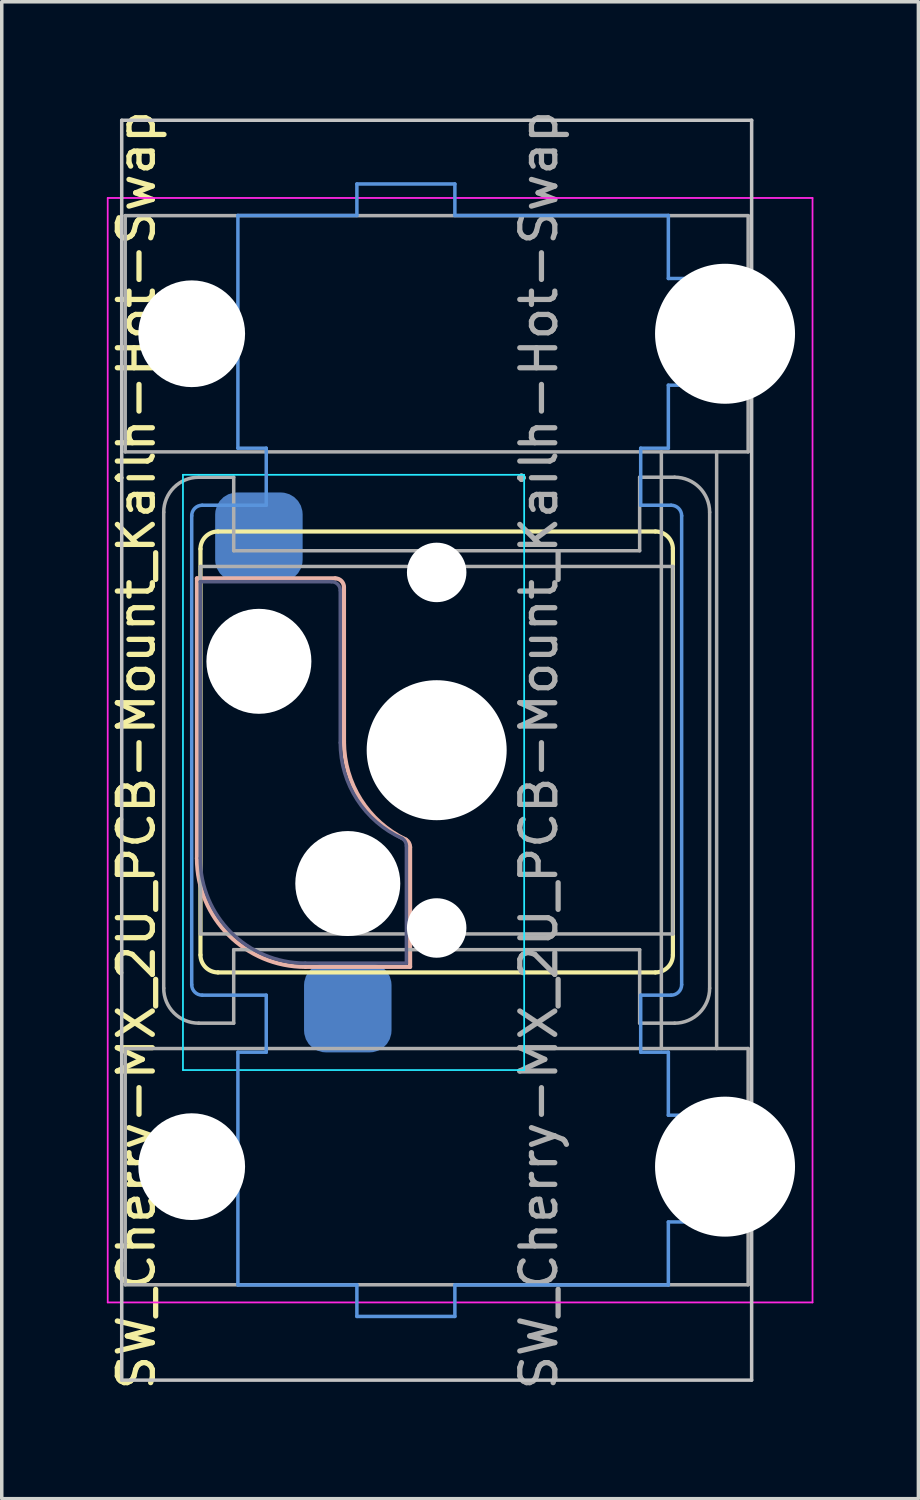
<source format=kicad_pcb>
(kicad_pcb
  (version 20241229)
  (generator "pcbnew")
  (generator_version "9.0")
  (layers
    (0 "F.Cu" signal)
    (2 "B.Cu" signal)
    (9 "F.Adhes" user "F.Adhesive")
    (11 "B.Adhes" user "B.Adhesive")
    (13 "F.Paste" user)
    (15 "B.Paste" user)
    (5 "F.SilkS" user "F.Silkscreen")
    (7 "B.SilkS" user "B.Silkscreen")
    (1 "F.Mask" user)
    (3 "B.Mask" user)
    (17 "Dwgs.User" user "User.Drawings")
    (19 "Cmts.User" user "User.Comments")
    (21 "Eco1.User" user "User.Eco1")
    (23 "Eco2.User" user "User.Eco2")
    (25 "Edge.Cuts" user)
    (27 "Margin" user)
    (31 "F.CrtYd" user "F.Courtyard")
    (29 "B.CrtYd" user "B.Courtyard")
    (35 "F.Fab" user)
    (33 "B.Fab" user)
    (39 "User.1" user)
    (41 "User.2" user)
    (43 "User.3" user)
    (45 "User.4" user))
  (footprint "SW_Cherry-MX_2U_PCB-Mount_Kailh-Hot-Swap"
    (layer "F.Cu")
    (at 4.348 15.847)
    (property "Reference" "SW_Cherry-MX_2U_PCB-Mount_Kailh-Hot-Swap" (at -3.5 2.54 90) (layer "F.SilkS") (effects (font (size 1 1) (thickness 0.15))))
    (attr smd)
    (fp_line (start -1.67 -3.21) (end -1.67 8.39) (stroke (width 0.12) (type solid)) (layer "F.SilkS"))
    (fp_line (start -1.17 -3.71) (end 11.33 -3.71) (stroke (width 0.12) (type solid)) (layer "F.SilkS"))
    (fp_line (start -1.17 8.89) (end 11.33 8.89) (stroke (width 0.12) (type solid)) (layer "F.SilkS"))
    (fp_line (start 11.83 -3.21) (end 11.83 8.39) (stroke (width 0.12) (type solid)) (layer "F.SilkS"))
    (fp_arc (start -1.67 -3.21) (mid -1.523553 -3.563553) (end -1.17 -3.71) (stroke (width 0.12) (type solid)) (layer "F.SilkS"))
    (fp_arc (start -1.17 8.89) (mid -1.523553 8.743553) (end -1.67 8.39) (stroke (width 0.12) (type solid)) (layer "F.SilkS"))
    (fp_arc (start 11.33 -3.71) (mid 11.683553 -3.563553) (end 11.83 -3.21) (stroke (width 0.12) (type solid)) (layer "F.SilkS"))
    (fp_arc (start 11.83 8.39) (mid 11.683553 8.743553) (end 11.33 8.89) (stroke (width 0.12) (type solid)) (layer "F.SilkS"))
    (fp_line (start -1.77 -2.37) (end 2.18 -2.37) (stroke (width 0.12) (type solid)) (layer "B.SilkS"))
    (fp_line (start -1.77 5.63) (end -1.77 -2.37) (stroke (width 0.12) (type solid)) (layer "B.SilkS"))
    (fp_line (start 1.33 8.73) (end 4.32 8.73) (stroke (width 0.12) (type solid)) (layer "B.SilkS"))
    (fp_line (start 2.43 -2.12) (end 2.431 2.297) (stroke (width 0.12) (type solid)) (layer "B.SilkS"))
    (fp_line (start 4.32 8.73) (end 4.32 5.31) (stroke (width 0.12) (type solid)) (layer "B.SilkS"))
    (fp_arc (start 1.33 8.73) (mid -0.862031 7.822031) (end -1.77 5.63) (stroke (width 0.12) (type solid)) (layer "B.SilkS"))
    (fp_arc (start 2.18 -2.37) (mid 2.356777 -2.296777) (end 2.43 -2.12) (stroke (width 0.12) (type solid)) (layer "B.SilkS"))
    (fp_arc (start 4.200434 5.096724) (mid 2.910087 3.95288) (end 2.43051 2.296564) (stroke (width 0.12) (type solid)) (layer "B.SilkS"))
    (fp_arc (start 4.200434 5.096724) (mid 4.288069 5.187748) (end 4.32 5.31) (stroke (width 0.12) (type solid)) (layer "B.SilkS"))
    (fp_line (start -3.92 -15.46) (end -3.92 20.54) (stroke (width 0.1) (type solid)) (layer "Dwgs.User"))
    (fp_line (start -3.92 -15.46) (end 14.08 -15.46) (stroke (width 0.1) (type solid)) (layer "Dwgs.User"))
    (fp_line (start -3.92 20.54) (end 14.08 20.54) (stroke (width 0.1) (type solid)) (layer "Dwgs.User"))
    (fp_line (start 14.08 -15.46) (end 14.08 20.54) (stroke (width 0.1) (type solid)) (layer "Dwgs.User"))
    (fp_line (start -1.92 9.24) (end -1.92 -4.16) (stroke (width 0.1) (type solid)) (layer "Cmts.User"))
    (fp_line (start -1.62 -4.46) (end 0.21 -4.46) (stroke (width 0.1) (type solid)) (layer "Cmts.User"))
    (fp_line (start -1.62 9.54) (end 0.21 9.54) (stroke (width 0.1) (type solid)) (layer "Cmts.User"))
    (fp_line (start -0.6 -12.74) (end -0.6 -6.09) (stroke (width 0.1) (type solid)) (layer "Cmts.User"))
    (fp_line (start -0.6 -12.74) (end 2.8 -12.74) (stroke (width 0.1) (type solid)) (layer "Cmts.User"))
    (fp_line (start -0.6 -6.09) (end 0.21 -6.09) (stroke (width 0.1) (type solid)) (layer "Cmts.User"))
    (fp_line (start -0.6 11.17) (end 0.21 11.17) (stroke (width 0.1) (type solid)) (layer "Cmts.User"))
    (fp_line (start -0.6 17.82) (end -0.6 11.17) (stroke (width 0.1) (type solid)) (layer "Cmts.User"))
    (fp_line (start -0.6 17.82) (end 2.8 17.82) (stroke (width 0.1) (type solid)) (layer "Cmts.User"))
    (fp_line (start 0.21 -6.09) (end 0.21 -4.46) (stroke (width 0.1) (type solid)) (layer "Cmts.User"))
    (fp_line (start 0.21 11.17) (end 0.21 9.54) (stroke (width 0.1) (type solid)) (layer "Cmts.User"))
    (fp_line (start 2.8 -13.64) (end 5.6 -13.64) (stroke (width 0.1) (type solid)) (layer "Cmts.User"))
    (fp_line (start 2.8 -12.74) (end 2.8 -13.64) (stroke (width 0.1) (type solid)) (layer "Cmts.User"))
    (fp_line (start 2.8 17.82) (end 2.8 18.72) (stroke (width 0.1) (type solid)) (layer "Cmts.User"))
    (fp_line (start 2.8 18.72) (end 5.6 18.72) (stroke (width 0.1) (type solid)) (layer "Cmts.User"))
    (fp_line (start 5.6 -13.64) (end 5.6 -12.74) (stroke (width 0.1) (type solid)) (layer "Cmts.User"))
    (fp_line (start 5.6 -12.74) (end 11.7 -12.74) (stroke (width 0.1) (type solid)) (layer "Cmts.User"))
    (fp_line (start 5.6 17.82) (end 11.7 17.82) (stroke (width 0.1) (type solid)) (layer "Cmts.User"))
    (fp_line (start 5.6 18.72) (end 5.6 17.82) (stroke (width 0.1) (type solid)) (layer "Cmts.User"))
    (fp_line (start 10.91 -6.09) (end 10.91 -4.46) (stroke (width 0.1) (type solid)) (layer "Cmts.User"))
    (fp_line (start 10.91 -4.46) (end 11.78 -4.46) (stroke (width 0.1) (type solid)) (layer "Cmts.User"))
    (fp_line (start 10.91 9.54) (end 11.78 9.54) (stroke (width 0.1) (type solid)) (layer "Cmts.User"))
    (fp_line (start 10.91 11.17) (end 10.91 9.54) (stroke (width 0.1) (type solid)) (layer "Cmts.User"))
    (fp_line (start 11.7 -12.74) (end 11.7 -10.94) (stroke (width 0.1) (type solid)) (layer "Cmts.User"))
    (fp_line (start 11.7 -10.94) (end 12.87 -10.94) (stroke (width 0.1) (type solid)) (layer "Cmts.User"))
    (fp_line (start 11.7 -7.89) (end 11.7 -6.09) (stroke (width 0.1) (type solid)) (layer "Cmts.User"))
    (fp_line (start 11.7 -6.09) (end 10.91 -6.09) (stroke (width 0.1) (type solid)) (layer "Cmts.User"))
    (fp_line (start 11.7 11.17) (end 10.91 11.17) (stroke (width 0.1) (type solid)) (layer "Cmts.User"))
    (fp_line (start 11.7 12.97) (end 11.7 11.17) (stroke (width 0.1) (type solid)) (layer "Cmts.User"))
    (fp_line (start 11.7 16.02) (end 12.87 16.02) (stroke (width 0.1) (type solid)) (layer "Cmts.User"))
    (fp_line (start 11.7 17.82) (end 11.7 16.02) (stroke (width 0.1) (type solid)) (layer "Cmts.User"))
    (fp_line (start 12.08 9.24) (end 12.08 -4.16) (stroke (width 0.1) (type solid)) (layer "Cmts.User"))
    (fp_line (start 12.87 -10.94) (end 12.87 -7.89) (stroke (width 0.1) (type solid)) (layer "Cmts.User"))
    (fp_line (start 12.87 -7.89) (end 11.7 -7.89) (stroke (width 0.1) (type solid)) (layer "Cmts.User"))
    (fp_line (start 12.87 12.97) (end 11.7 12.97) (stroke (width 0.1) (type solid)) (layer "Cmts.User"))
    (fp_line (start 12.87 16.02) (end 12.87 12.97) (stroke (width 0.1) (type solid)) (layer "Cmts.User"))
    (fp_arc (start -1.92 -4.16) (mid -1.832132 -4.372132) (end -1.62 -4.46) (stroke (width 0.1) (type solid)) (layer "Cmts.User"))
    (fp_arc (start -1.62 9.54) (mid -1.832132 9.452132) (end -1.92 9.24) (stroke (width 0.1) (type solid)) (layer "Cmts.User"))
    (fp_arc (start 11.78 -4.46) (mid 11.992132 -4.372132) (end 12.08 -4.16) (stroke (width 0.1) (type solid)) (layer "Cmts.User"))
    (fp_arc (start 12.08 9.24) (mid 11.992132 9.452132) (end 11.78 9.54) (stroke (width 0.1) (type solid)) (layer "Cmts.User"))
    (fp_line (start -2.17 -5.33) (end -2.17 11.68) (stroke (width 0.05) (type solid)) (layer "B.CrtYd"))
    (fp_line (start -2.17 -5.33) (end 7.58 -5.33) (stroke (width 0.05) (type solid)) (layer "B.CrtYd"))
    (fp_line (start -2.17 11.68) (end 7.58 11.68) (stroke (width 0.05) (type solid)) (layer "B.CrtYd"))
    (fp_line (start 7.58 -5.33) (end 7.58 11.68) (stroke (width 0.05) (type solid)) (layer "B.CrtYd"))
    (fp_line (start -4.32 -13.24) (end 15.82 -13.24) (stroke (width 0.05) (type solid)) (layer "F.CrtYd"))
    (fp_line (start -4.32 18.32) (end -4.32 -13.24) (stroke (width 0.05) (type solid)) (layer "F.CrtYd"))
    (fp_line (start -4.32 18.32) (end 15.82 18.32) (stroke (width 0.05) (type solid)) (layer "F.CrtYd"))
    (fp_line (start 15.82 18.32) (end 15.82 -13.24) (stroke (width 0.05) (type solid)) (layer "F.CrtYd"))
    (fp_line (start -1.675 -2.275) (end 2.075 -2.275) (stroke (width 0.1) (type solid)) (layer "B.Fab"))
    (fp_line (start -1.675 5.625) (end -1.675 -2.275) (stroke (width 0.1) (type solid)) (layer "B.Fab"))
    (fp_line (start 1.325 8.625) (end 4.215 8.625) (stroke (width 0.1) (type solid)) (layer "B.Fab"))
    (fp_line (start 2.325 -2.025) (end 2.325 2.325) (stroke (width 0.1) (type solid)) (layer "B.Fab"))
    (fp_line (start 4.215 5.275) (end 4.215 8.625) (stroke (width 0.1) (type solid)) (layer "B.Fab"))
    (fp_arc (start 1.325 8.625) (mid -0.79632 7.74632) (end -1.675 5.625) (stroke (width 0.1) (type solid)) (layer "B.Fab"))
    (fp_arc (start 2.075 -2.275) (mid 2.251777 -2.201777) (end 2.325 -2.025) (stroke (width 0.1) (type solid)) (layer "B.Fab"))
    (fp_arc (start 4.094864 5.061376) (mid 2.805971 3.954536) (end 2.324914 2.325142) (stroke (width 0.1) (type solid)) (layer "B.Fab"))
    (fp_arc (start 4.094864 5.061376) (mid 4.182906 5.152456) (end 4.215 5.275) (stroke (width 0.1) (type solid)) (layer "B.Fab"))
    (fp_line (start -3.82 -5.985) (end -3.82 -12.735) (stroke (width 0.1) (type solid)) (layer "F.Fab"))
    (fp_line (start -3.82 -5.985) (end 13.98 -5.985) (stroke (width 0.1) (type solid)) (layer "F.Fab"))
    (fp_line (start -3.82 17.815) (end -3.82 11.065) (stroke (width 0.1) (type solid)) (layer "F.Fab"))
    (fp_line (start -2.72 -4.26) (end -2.72 9.34) (stroke (width 0.1) (type solid)) (layer "F.Fab"))
    (fp_line (start -1.72 -5.26) (end -0.72 -5.26) (stroke (width 0.1) (type solid)) (layer "F.Fab"))
    (fp_line (start -1.72 10.34) (end -0.72 10.34) (stroke (width 0.1) (type solid)) (layer "F.Fab"))
    (fp_line (start -1.67 -2.71) (end -1.67 7.79) (stroke (width 0.1) (type solid)) (layer "F.Fab"))
    (fp_line (start -1.67 -2.71) (end 11.83 -2.71) (stroke (width 0.1) (type solid)) (layer "F.Fab"))
    (fp_line (start -1.67 7.79) (end 11.83 7.79) (stroke (width 0.1) (type solid)) (layer "F.Fab"))
    (fp_line (start -0.72 -3.16) (end -0.72 -5.26) (stroke (width 0.1) (type solid)) (layer "F.Fab"))
    (fp_line (start -0.72 -3.16) (end 10.88 -3.16) (stroke (width 0.1) (type solid)) (layer "F.Fab"))
    (fp_line (start -0.72 8.24) (end 10.88 8.24) (stroke (width 0.1) (type solid)) (layer "F.Fab"))
    (fp_line (start -0.72 10.34) (end -0.72 8.24) (stroke (width 0.1) (type solid)) (layer "F.Fab"))
    (fp_line (start 10.88 -5.26) (end 11.88 -5.26) (stroke (width 0.1) (type solid)) (layer "F.Fab"))
    (fp_line (start 10.88 -3.16) (end 10.88 -5.26) (stroke (width 0.1) (type solid)) (layer "F.Fab"))
    (fp_line (start 10.88 10.34) (end 10.88 8.24) (stroke (width 0.1) (type solid)) (layer "F.Fab"))
    (fp_line (start 10.88 10.34) (end 11.88 10.34) (stroke (width 0.1) (type solid)) (layer "F.Fab"))
    (fp_line (start 11.5 -5.985) (end 11.5 11.065) (stroke (width 0.1) (type solid)) (layer "F.Fab"))
    (fp_line (start 11.83 -2.71) (end 11.83 7.79) (stroke (width 0.1) (type solid)) (layer "F.Fab"))
    (fp_line (start 12.88 -4.26) (end 12.88 9.34) (stroke (width 0.1) (type solid)) (layer "F.Fab"))
    (fp_line (start 13.08 -5.985) (end 13.08 11.065) (stroke (width 0.1) (type solid)) (layer "F.Fab"))
    (fp_line (start 13.98 -12.735) (end -3.82 -12.735) (stroke (width 0.1) (type solid)) (layer "F.Fab"))
    (fp_line (start 13.98 -5.985) (end 13.98 -12.735) (stroke (width 0.1) (type solid)) (layer "F.Fab"))
    (fp_line (start 13.98 11.065) (end -3.82 11.065) (stroke (width 0.1) (type solid)) (layer "F.Fab"))
    (fp_line (start 13.98 17.815) (end -3.82 17.815) (stroke (width 0.1) (type solid)) (layer "F.Fab"))
    (fp_line (start 13.98 17.815) (end 13.98 11.065) (stroke (width 0.1) (type solid)) (layer "F.Fab"))
    (fp_arc (start -2.72 -4.26) (mid -2.427107 -4.967107) (end -1.72 -5.26) (stroke (width 0.1) (type solid)) (layer "F.Fab"))
    (fp_arc (start -1.72 10.34) (mid -2.427107 10.047107) (end -2.72 9.34) (stroke (width 0.1) (type solid)) (layer "F.Fab"))
    (fp_arc (start 11.88 -5.26) (mid 12.587107 -4.967107) (end 12.88 -4.26) (stroke (width 0.1) (type solid)) (layer "F.Fab"))
    (fp_arc (start 12.88 9.34) (mid 12.587107 10.047107) (end 11.88 10.34) (stroke (width 0.1) (type solid)) (layer "F.Fab"))
    (fp_text user "${REFERENCE}" (at 8 2.54 90) (layer "F.Fab") (effects (font (size 1 1) (thickness 0.15))))
    (pad "" np_thru_hole circle (at -1.92 -9.36) (size 3.05 3.05) (drill 3.05) (layers "*.Cu" "*.Mask"))
    (pad "" np_thru_hole circle (at -1.92 14.44) (size 3.05 3.05) (drill 3.05) (layers "*.Cu" "*.Mask"))
    (pad "" np_thru_hole circle (at 0 0) (size 3 3) (drill 3) (layers "*.Cu" "*.Mask"))
    (pad "" np_thru_hole circle (at 2.54 6.35) (size 3 3) (drill 3) (layers "*.Cu" "*.Mask"))
    (pad "" np_thru_hole circle (at 5.08 -2.54) (size 1.7 1.7) (drill 1.7) (layers "*.Cu" "*.Mask"))
    (pad "" np_thru_hole circle (at 5.08 2.54) (size 4 4) (drill 4) (layers "*.Cu" "*.Mask"))
    (pad "" np_thru_hole circle (at 5.08 7.62) (size 1.7 1.7) (drill 1.7) (layers "*.Cu" "*.Mask"))
    (pad "" np_thru_hole circle (at 13.32 -9.36) (size 4 4) (drill 4) (layers "*.Cu" "*.Mask"))
    (pad "" np_thru_hole circle (at 13.32 14.44) (size 4 4) (drill 4) (layers "*.Cu" "*.Mask"))
    (pad "1" smd roundrect (at 0 -3.55 90) (size 2.55 2.5) (layers "B.Cu" "B.Mask" "B.Paste") (roundrect_rratio 0.25))
    (pad "2" smd roundrect (at 2.54 9.9 90) (size 2.55 2.5) (layers "B.Cu" "B.Mask" "B.Paste") (roundrect_rratio 0.25)))
  (gr_rect
    (start -3 -3)
    (end 23.193 39.774)
    (stroke (width 0.1) (type default))
    (fill no)
    (layer "Edge.Cuts")))
</source>
